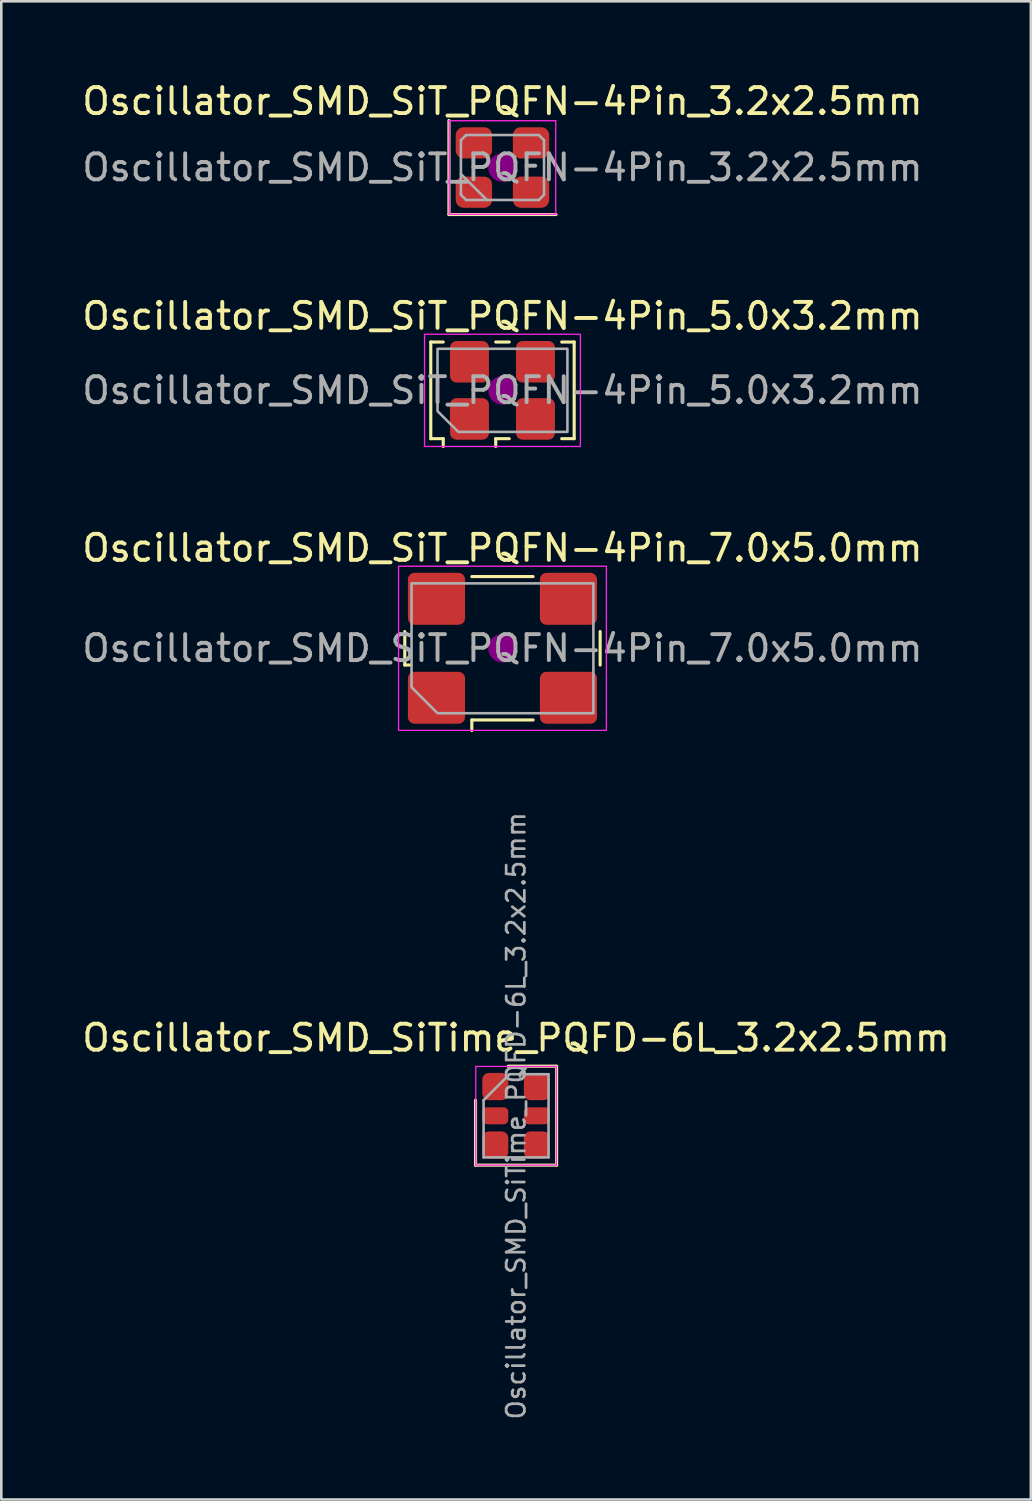
<source format=kicad_pcb>
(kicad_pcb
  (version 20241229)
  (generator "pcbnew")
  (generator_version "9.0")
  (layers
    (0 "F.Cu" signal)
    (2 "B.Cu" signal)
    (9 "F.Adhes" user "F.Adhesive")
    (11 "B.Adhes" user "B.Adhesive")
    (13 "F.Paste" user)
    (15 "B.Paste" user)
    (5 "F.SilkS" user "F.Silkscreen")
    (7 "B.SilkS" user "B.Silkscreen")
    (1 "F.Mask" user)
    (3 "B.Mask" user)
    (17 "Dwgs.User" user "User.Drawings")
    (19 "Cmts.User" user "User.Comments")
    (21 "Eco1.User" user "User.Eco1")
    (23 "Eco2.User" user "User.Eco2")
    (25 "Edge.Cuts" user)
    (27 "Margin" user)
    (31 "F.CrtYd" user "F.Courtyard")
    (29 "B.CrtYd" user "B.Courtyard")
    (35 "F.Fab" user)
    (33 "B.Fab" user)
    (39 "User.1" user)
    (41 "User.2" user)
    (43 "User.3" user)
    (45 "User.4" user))
  (footprint "Oscillator_SMD_SiTime_PQFD-6L_3.2x2.5mm"
    (layer "F.Cu")
    (at 16.815 39.901)
    (property "Reference" "Oscillator_SMD_SiTime_PQFD-6L_3.2x2.5mm" (at 0 -3 0) (layer "F.SilkS") (effects (font (size 1 1) (thickness 0.15))))
    (attr smd)
    (fp_line (start -1.56 -0.6) (end -1.56 1.9) (stroke (width 0.12) (type solid)) (layer "F.SilkS"))
    (fp_line (start 1.56 -1.91) (end -0.3 -1.91) (stroke (width 0.12) (type solid)) (layer "F.SilkS"))
    (fp_line (start 1.56 -1.905) (end 1.56 1.9) (stroke (width 0.12) (type solid)) (layer "F.SilkS"))
    (fp_line (start 1.56 1.9) (end -1.56 1.9) (stroke (width 0.12) (type solid)) (layer "F.SilkS"))
    (fp_line (start -1.55 -1.9) (end -1.55 1.9) (stroke (width 0.05) (type solid)) (layer "F.CrtYd"))
    (fp_line (start -1.55 1.9) (end 1.55 1.9) (stroke (width 0.05) (type solid)) (layer "F.CrtYd"))
    (fp_line (start 1.55 -1.9) (end -1.55 -1.9) (stroke (width 0.05) (type solid)) (layer "F.CrtYd"))
    (fp_line (start 1.55 1.9) (end 1.55 -1.9) (stroke (width 0.05) (type solid)) (layer "F.CrtYd"))
    (fp_line (start -1.25 1.6) (end -1.25 -0.6) (stroke (width 0.1) (type solid)) (layer "F.Fab"))
    (fp_line (start -0.25 -1.6) (end -1.25 -0.6) (stroke (width 0.1) (type solid)) (layer "F.Fab"))
    (fp_line (start -0.25 -1.6) (end 1.25 -1.6) (stroke (width 0.1) (type solid)) (layer "F.Fab"))
    (fp_line (start 1.25 -1.6) (end 1.25 1.6) (stroke (width 0.1) (type solid)) (layer "F.Fab"))
    (fp_line (start 1.25 1.6) (end -1.25 1.6) (stroke (width 0.1) (type solid)) (layer "F.Fab"))
    (fp_text user "${REFERENCE}" (at 0 0 270) (layer "F.Fab") (effects (font (size 0.7 0.7) (thickness 0.105))))
    (pad "1" smd roundrect (at -0.8 -1.125) (size 1 1.05) (layers "F.Cu" "F.Mask" "F.Paste") (roundrect_rratio 0.25))
    (pad "2" smd roundrect (at -0.8 0) (size 1 0.65) (layers "F.Cu" "F.Mask" "F.Paste") (roundrect_rratio 0.25))
    (pad "3" smd roundrect (at -0.8 1.125) (size 1 1.05) (layers "F.Cu" "F.Mask" "F.Paste") (roundrect_rratio 0.25))
    (pad "4" smd roundrect (at 0.8 1.125) (size 1 1.05) (layers "F.Cu" "F.Mask" "F.Paste") (roundrect_rratio 0.25))
    (pad "5" smd roundrect (at 0.8 0) (size 1 0.65) (layers "F.Cu" "F.Mask" "F.Paste") (roundrect_rratio 0.25))
    (pad "6" smd roundrect (at 0.8 -1.125) (size 1 1.05) (layers "F.Cu" "F.Mask" "F.Paste") (roundrect_rratio 0.25)))
  (footprint "Oscillator_SMD_SiT_PQFN-4Pin_3.2x2.5mm"
    (layer "F.Cu")
    (at 16.292 3.398)
    (property "Reference" "Oscillator_SMD_SiT_PQFN-4Pin_3.2x2.5mm" (at 0 -2.55 0) (layer "F.SilkS") (effects (font (size 1 1) (thickness 0.15))))
    (attr smd)
    (fp_line (start -2.06 -1.81) (end -2.06 1.81) (stroke (width 0.12) (type solid)) (layer "F.SilkS"))
    (fp_line (start -2.06 1.81) (end 2.06 1.81) (stroke (width 0.12) (type solid)) (layer "F.SilkS"))
    (fp_circle (center 0 0) (end 0.117 0) (stroke (width 0.233) (type solid)) (fill no) (layer "F.Adhes"))
    (fp_circle (center 0 0) (end 0.267 0) (stroke (width 0.167) (type solid)) (fill no) (layer "F.Adhes"))
    (fp_circle (center 0 0) (end 0.417 0) (stroke (width 0.167) (type solid)) (fill no) (layer "F.Adhes"))
    (fp_circle (center 0 0) (end 0.5 0) (stroke (width 0.1) (type solid)) (fill no) (layer "F.Adhes"))
    (fp_line (start -2.05 -1.8) (end -2.05 1.8) (stroke (width 0.05) (type solid)) (layer "F.CrtYd"))
    (fp_line (start -2.05 1.8) (end 2.05 1.8) (stroke (width 0.05) (type solid)) (layer "F.CrtYd"))
    (fp_line (start 2.05 -1.8) (end -2.05 -1.8) (stroke (width 0.05) (type solid)) (layer "F.CrtYd"))
    (fp_line (start 2.05 1.8) (end 2.05 -1.8) (stroke (width 0.05) (type solid)) (layer "F.CrtYd"))
    (fp_line (start -1.6 -1.05) (end -1.4 -1.25) (stroke (width 0.1) (type solid)) (layer "F.Fab"))
    (fp_line (start -1.6 0.25) (end -0.6 1.25) (stroke (width 0.1) (type solid)) (layer "F.Fab"))
    (fp_line (start -1.6 1.05) (end -1.6 -1.05) (stroke (width 0.1) (type solid)) (layer "F.Fab"))
    (fp_line (start -1.4 -1.25) (end 1.4 -1.25) (stroke (width 0.1) (type solid)) (layer "F.Fab"))
    (fp_line (start -1.4 1.25) (end -1.6 1.05) (stroke (width 0.1) (type solid)) (layer "F.Fab"))
    (fp_line (start 1.4 -1.25) (end 1.6 -1.05) (stroke (width 0.1) (type solid)) (layer "F.Fab"))
    (fp_line (start 1.4 1.25) (end -1.4 1.25) (stroke (width 0.1) (type solid)) (layer "F.Fab"))
    (fp_line (start 1.6 -1.05) (end 1.6 1.05) (stroke (width 0.1) (type solid)) (layer "F.Fab"))
    (fp_line (start 1.6 1.05) (end 1.4 1.25) (stroke (width 0.1) (type solid)) (layer "F.Fab"))
    (fp_text user "${REFERENCE}" (at 0 0 0) (layer "F.Fab") (effects (font (size 1 1) (thickness 0.15))))
    (pad "1" smd roundrect (at -1.1 0.95) (size 1.4 1.2) (layers "F.Cu" "F.Mask" "F.Paste") (roundrect_rratio 0.25))
    (pad "2" smd roundrect (at 1.1 0.95) (size 1.4 1.2) (layers "F.Cu" "F.Mask" "F.Paste") (roundrect_rratio 0.25))
    (pad "3" smd roundrect (at 1.1 -0.95) (size 1.4 1.2) (layers "F.Cu" "F.Mask" "F.Paste") (roundrect_rratio 0.25))
    (pad "4" smd roundrect (at -1.1 -0.95) (size 1.4 1.2) (layers "F.Cu" "F.Mask" "F.Paste") (roundrect_rratio 0.25)))
  (footprint "Oscillator_SMD_SiT_PQFN-4Pin_5.0x3.2mm"
    (layer "F.Cu")
    (at 16.292 11.976)
    (property "Reference" "Oscillator_SMD_SiT_PQFN-4Pin_5.0x3.2mm" (at 0 -2.86 0) (layer "F.SilkS") (effects (font (size 1 1) (thickness 0.15))))
    (attr smd)
    (fp_line (start -2.76 -1.86) (end -2.28 -1.86) (stroke (width 0.12) (type solid)) (layer "F.SilkS"))
    (fp_line (start -2.76 1.86) (end -2.76 -1.86) (stroke (width 0.12) (type solid)) (layer "F.SilkS"))
    (fp_line (start -2.28 1.86) (end -2.76 1.86) (stroke (width 0.12) (type solid)) (layer "F.SilkS"))
    (fp_line (start -2.28 2.16) (end -2.28 1.86) (stroke (width 0.12) (type solid)) (layer "F.SilkS"))
    (fp_line (start -0.26 -1.86) (end 0.26 -1.86) (stroke (width 0.12) (type solid)) (layer "F.SilkS"))
    (fp_line (start -0.26 1.86) (end -0.26 2.16) (stroke (width 0.12) (type solid)) (layer "F.SilkS"))
    (fp_line (start 0.26 1.86) (end -0.26 1.86) (stroke (width 0.12) (type solid)) (layer "F.SilkS"))
    (fp_line (start 2.28 -1.86) (end 2.76 -1.86) (stroke (width 0.12) (type solid)) (layer "F.SilkS"))
    (fp_line (start 2.76 -1.86) (end 2.76 1.86) (stroke (width 0.12) (type solid)) (layer "F.SilkS"))
    (fp_line (start 2.76 1.86) (end 2.28 1.86) (stroke (width 0.12) (type solid)) (layer "F.SilkS"))
    (fp_circle (center 0 0) (end 0.5 0) (stroke (width 0.1) (type solid)) (fill yes) (layer "F.Adhes"))
    (fp_rect (start -3 -2.16) (end 3 2.16) (stroke (width 0.05) (type solid)) (fill no) (layer "F.CrtYd"))
    (fp_poly (pts (xy -2.5 -1.6) (xy -2.5 0.8) (xy -1.7 1.6) (xy 2.5 1.6) (xy 2.5 -1.6)) (stroke (width 0.1) (type solid)) (fill no) (layer "F.Fab"))
    (fp_text user "${REFERENCE}" (at 0 0 0) (layer "F.Fab") (effects (font (size 1 1) (thickness 0.15))))
    (pad "1" smd roundrect (at -1.27 1.1) (size 1.5 1.6) (layers "F.Cu" "F.Mask" "F.Paste") (roundrect_rratio 0.167))
    (pad "2" smd roundrect (at 1.27 1.1) (size 1.5 1.6) (layers "F.Cu" "F.Mask" "F.Paste") (roundrect_rratio 0.167))
    (pad "3" smd roundrect (at 1.27 -1.1) (size 1.5 1.6) (layers "F.Cu" "F.Mask" "F.Paste") (roundrect_rratio 0.167))
    (pad "4" smd roundrect (at -1.27 -1.1) (size 1.5 1.6) (layers "F.Cu" "F.Mask" "F.Paste") (roundrect_rratio 0.167)))
  (footprint "Oscillator_SMD_SiT_PQFN-4Pin_7.0x5.0mm"
    (layer "F.Cu")
    (at 16.292 21.905)
    (property "Reference" "Oscillator_SMD_SiT_PQFN-4Pin_7.0x5.0mm" (at 0 -3.86 0) (layer "F.SilkS") (effects (font (size 1 1) (thickness 0.15))))
    (attr smd)
    (fp_line (start -3.76 0.645) (end -3.76 -0.645) (stroke (width 0.12) (type solid)) (layer "F.SilkS"))
    (fp_line (start -3.52 0.645) (end -3.76 0.645) (stroke (width 0.12) (type solid)) (layer "F.SilkS"))
    (fp_line (start -1.18 -2.76) (end 1.18 -2.76) (stroke (width 0.12) (type solid)) (layer "F.SilkS"))
    (fp_line (start -1.18 2.76) (end -1.18 3.165) (stroke (width 0.12) (type solid)) (layer "F.SilkS"))
    (fp_line (start 1.18 2.76) (end -1.18 2.76) (stroke (width 0.12) (type solid)) (layer "F.SilkS"))
    (fp_line (start 3.76 -0.645) (end 3.76 0.645) (stroke (width 0.12) (type solid)) (layer "F.SilkS"))
    (fp_circle (center 0 0) (end 0.5 0) (stroke (width 0.1) (type solid)) (fill yes) (layer "F.Adhes"))
    (fp_rect (start -4 -3.16) (end 4 3.16) (stroke (width 0.05) (type solid)) (fill no) (layer "F.CrtYd"))
    (fp_poly (pts (xy -3.5 -2.5) (xy -3.5 1.5) (xy -2.5 2.5) (xy 3.5 2.5) (xy 3.5 -2.5)) (stroke (width 0.1) (type solid)) (fill no) (layer "F.Fab"))
    (fp_text user "${REFERENCE}" (at 0 0 0) (layer "F.Fab") (effects (font (size 1 1) (thickness 0.15))))
    (pad "1" smd roundrect (at -2.54 1.905) (size 2.2 2) (layers "F.Cu" "F.Mask" "F.Paste") (roundrect_rratio 0.125))
    (pad "2" smd roundrect (at 2.54 1.905) (size 2.2 2) (layers "F.Cu" "F.Mask" "F.Paste") (roundrect_rratio 0.125))
    (pad "3" smd roundrect (at 2.54 -1.905) (size 2.2 2) (layers "F.Cu" "F.Mask" "F.Paste") (roundrect_rratio 0.125))
    (pad "4" smd roundrect (at -2.54 -1.905) (size 2.2 2) (layers "F.Cu" "F.Mask" "F.Paste") (roundrect_rratio 0.125)))
  (gr_rect
    (start -3 -3)
    (end 36.631 54.671)
    (stroke (width 0.1) (type default))
    (fill no)
    (layer "Edge.Cuts")))
</source>
